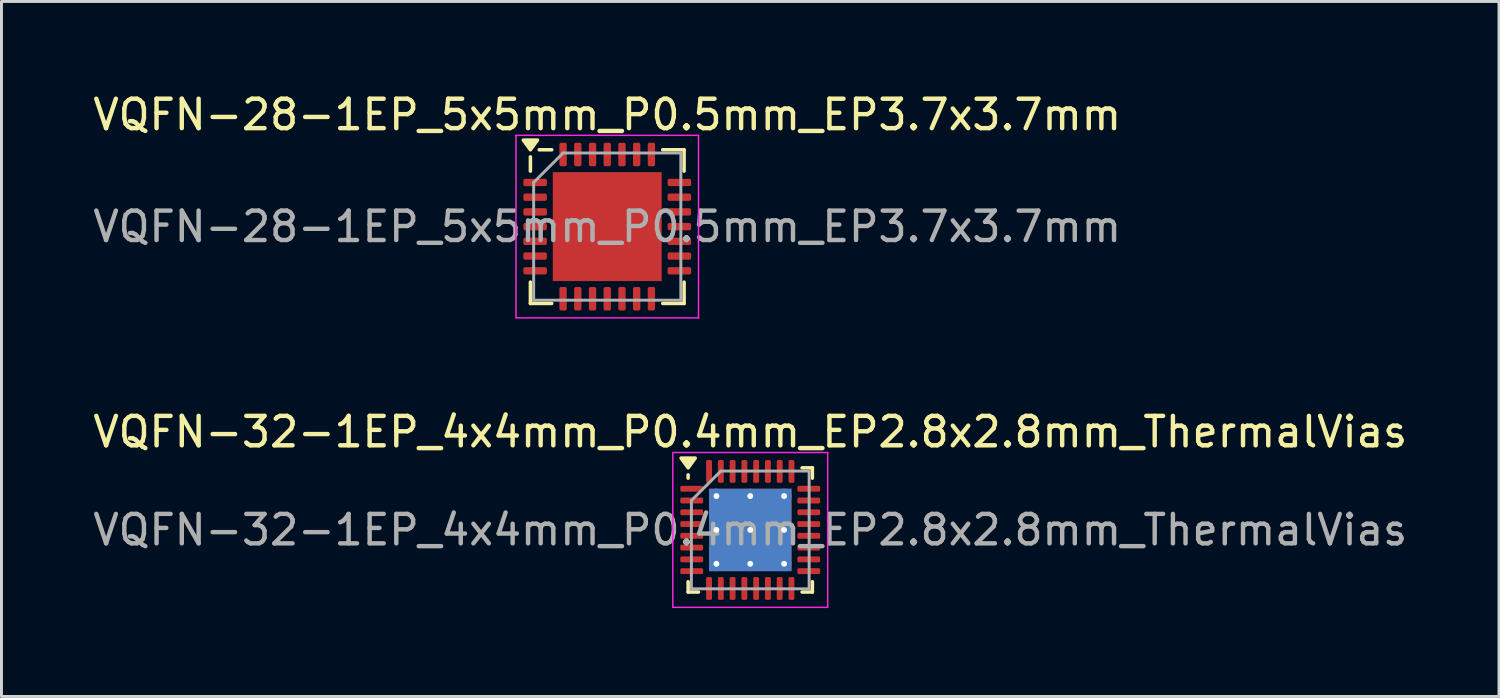
<source format=kicad_pcb>
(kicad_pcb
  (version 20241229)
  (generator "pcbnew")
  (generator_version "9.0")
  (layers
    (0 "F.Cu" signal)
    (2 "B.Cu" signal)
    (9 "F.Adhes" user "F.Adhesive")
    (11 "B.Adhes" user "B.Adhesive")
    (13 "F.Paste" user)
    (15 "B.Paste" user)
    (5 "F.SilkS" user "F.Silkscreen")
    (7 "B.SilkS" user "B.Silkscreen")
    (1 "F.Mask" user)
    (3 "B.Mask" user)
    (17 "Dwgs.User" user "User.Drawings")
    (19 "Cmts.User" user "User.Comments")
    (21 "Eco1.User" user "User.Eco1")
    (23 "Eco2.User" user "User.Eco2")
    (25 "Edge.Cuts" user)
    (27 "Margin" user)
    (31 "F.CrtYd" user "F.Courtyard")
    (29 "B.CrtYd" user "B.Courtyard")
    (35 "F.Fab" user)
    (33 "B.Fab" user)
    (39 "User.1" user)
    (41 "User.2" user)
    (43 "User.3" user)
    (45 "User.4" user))
  (footprint "VQFN-32-1EP_4x4mm_P0.4mm_EP2.8x2.8mm_ThermalVias"
    (layer "F.Cu")
    (at 22.435 14.951)
    (property "Reference" "VQFN-32-1EP_4x4mm_P0.4mm_EP2.8x2.8mm_ThermalVias" (at 0 -3.33 0) (layer "F.SilkS") (effects (font (size 1 1) (thickness 0.15))))
    (attr smd)
    (fp_line (start -2.11 -1.76) (end -2.11 -1.87) (stroke (width 0.12) (type solid)) (layer "F.SilkS"))
    (fp_line (start -2.11 2.11) (end -2.11 1.76) (stroke (width 0.12) (type solid)) (layer "F.SilkS"))
    (fp_line (start -1.76 2.11) (end -2.11 2.11) (stroke (width 0.12) (type solid)) (layer "F.SilkS"))
    (fp_line (start 1.76 -2.11) (end 2.11 -2.11) (stroke (width 0.12) (type solid)) (layer "F.SilkS"))
    (fp_line (start 1.76 2.11) (end 2.11 2.11) (stroke (width 0.12) (type solid)) (layer "F.SilkS"))
    (fp_line (start 2.11 -2.11) (end 2.11 -1.76) (stroke (width 0.12) (type solid)) (layer "F.SilkS"))
    (fp_line (start 2.11 2.11) (end 2.11 1.76) (stroke (width 0.12) (type solid)) (layer "F.SilkS"))
    (fp_poly (pts (xy -2.11 -2.11) (xy -2.35 -2.44) (xy -1.87 -2.44) (xy -2.11 -2.11)) (stroke (width 0.12) (type solid)) (fill yes) (layer "F.SilkS"))
    (fp_line (start -2.63 -2.63) (end -2.63 2.63) (stroke (width 0.05) (type solid)) (layer "F.CrtYd"))
    (fp_line (start -2.63 2.63) (end 2.63 2.63) (stroke (width 0.05) (type solid)) (layer "F.CrtYd"))
    (fp_line (start 2.63 -2.63) (end -2.63 -2.63) (stroke (width 0.05) (type solid)) (layer "F.CrtYd"))
    (fp_line (start 2.63 2.63) (end 2.63 -2.63) (stroke (width 0.05) (type solid)) (layer "F.CrtYd"))
    (fp_line (start -2 -1) (end -1 -2) (stroke (width 0.1) (type solid)) (layer "F.Fab"))
    (fp_line (start -2 2) (end -2 -1) (stroke (width 0.1) (type solid)) (layer "F.Fab"))
    (fp_line (start -1 -2) (end 2 -2) (stroke (width 0.1) (type solid)) (layer "F.Fab"))
    (fp_line (start 2 -2) (end 2 2) (stroke (width 0.1) (type solid)) (layer "F.Fab"))
    (fp_line (start 2 2) (end -2 2) (stroke (width 0.1) (type solid)) (layer "F.Fab"))
    (fp_text user "${REFERENCE}" (at 0 0 0) (layer "F.Fab") (effects (font (size 1 1) (thickness 0.15))))
    (pad "" smd roundrect (at -0.7 -0.7) (size 1.17 1.17) (layers "F.Paste") (roundrect_rratio 0.214))
    (pad "" smd roundrect (at -0.7 0.7) (size 1.17 1.17) (layers "F.Paste") (roundrect_rratio 0.214))
    (pad "" smd roundrect (at 0.7 -0.7) (size 1.17 1.17) (layers "F.Paste") (roundrect_rratio 0.214))
    (pad "" smd roundrect (at 0.7 0.7) (size 1.17 1.17) (layers "F.Paste") (roundrect_rratio 0.214))
    (pad "1" smd roundrect (at -1.988 -1.4) (size 0.775 0.2) (layers "F.Cu" "F.Mask" "F.Paste") (roundrect_rratio 0.25))
    (pad "2" smd roundrect (at -1.988 -1) (size 0.775 0.2) (layers "F.Cu" "F.Mask" "F.Paste") (roundrect_rratio 0.25))
    (pad "3" smd roundrect (at -1.988 -0.6) (size 0.775 0.2) (layers "F.Cu" "F.Mask" "F.Paste") (roundrect_rratio 0.25))
    (pad "4" smd roundrect (at -1.988 -0.2) (size 0.775 0.2) (layers "F.Cu" "F.Mask" "F.Paste") (roundrect_rratio 0.25))
    (pad "5" smd roundrect (at -1.988 0.2) (size 0.775 0.2) (layers "F.Cu" "F.Mask" "F.Paste") (roundrect_rratio 0.25))
    (pad "6" smd roundrect (at -1.988 0.6) (size 0.775 0.2) (layers "F.Cu" "F.Mask" "F.Paste") (roundrect_rratio 0.25))
    (pad "7" smd roundrect (at -1.988 1) (size 0.775 0.2) (layers "F.Cu" "F.Mask" "F.Paste") (roundrect_rratio 0.25))
    (pad "8" smd roundrect (at -1.988 1.4) (size 0.775 0.2) (layers "F.Cu" "F.Mask" "F.Paste") (roundrect_rratio 0.25))
    (pad "9" smd roundrect (at -1.4 1.988) (size 0.2 0.775) (layers "F.Cu" "F.Mask" "F.Paste") (roundrect_rratio 0.25))
    (pad "10" smd roundrect (at -1 1.988) (size 0.2 0.775) (layers "F.Cu" "F.Mask" "F.Paste") (roundrect_rratio 0.25))
    (pad "11" smd roundrect (at -0.6 1.988) (size 0.2 0.775) (layers "F.Cu" "F.Mask" "F.Paste") (roundrect_rratio 0.25))
    (pad "12" smd roundrect (at -0.2 1.988) (size 0.2 0.775) (layers "F.Cu" "F.Mask" "F.Paste") (roundrect_rratio 0.25))
    (pad "13" smd roundrect (at 0.2 1.988) (size 0.2 0.775) (layers "F.Cu" "F.Mask" "F.Paste") (roundrect_rratio 0.25))
    (pad "14" smd roundrect (at 0.6 1.988) (size 0.2 0.775) (layers "F.Cu" "F.Mask" "F.Paste") (roundrect_rratio 0.25))
    (pad "15" smd roundrect (at 1 1.988) (size 0.2 0.775) (layers "F.Cu" "F.Mask" "F.Paste") (roundrect_rratio 0.25))
    (pad "16" smd roundrect (at 1.4 1.988) (size 0.2 0.775) (layers "F.Cu" "F.Mask" "F.Paste") (roundrect_rratio 0.25))
    (pad "17" smd roundrect (at 1.988 1.4) (size 0.775 0.2) (layers "F.Cu" "F.Mask" "F.Paste") (roundrect_rratio 0.25))
    (pad "18" smd roundrect (at 1.988 1) (size 0.775 0.2) (layers "F.Cu" "F.Mask" "F.Paste") (roundrect_rratio 0.25))
    (pad "19" smd roundrect (at 1.988 0.6) (size 0.775 0.2) (layers "F.Cu" "F.Mask" "F.Paste") (roundrect_rratio 0.25))
    (pad "20" smd roundrect (at 1.988 0.2) (size 0.775 0.2) (layers "F.Cu" "F.Mask" "F.Paste") (roundrect_rratio 0.25))
    (pad "21" smd roundrect (at 1.988 -0.2) (size 0.775 0.2) (layers "F.Cu" "F.Mask" "F.Paste") (roundrect_rratio 0.25))
    (pad "22" smd roundrect (at 1.988 -0.6) (size 0.775 0.2) (layers "F.Cu" "F.Mask" "F.Paste") (roundrect_rratio 0.25))
    (pad "23" smd roundrect (at 1.988 -1) (size 0.775 0.2) (layers "F.Cu" "F.Mask" "F.Paste") (roundrect_rratio 0.25))
    (pad "24" smd roundrect (at 1.988 -1.4) (size 0.775 0.2) (layers "F.Cu" "F.Mask" "F.Paste") (roundrect_rratio 0.25))
    (pad "25" smd roundrect (at 1.4 -1.988) (size 0.2 0.775) (layers "F.Cu" "F.Mask" "F.Paste") (roundrect_rratio 0.25))
    (pad "26" smd roundrect (at 1 -1.988) (size 0.2 0.775) (layers "F.Cu" "F.Mask" "F.Paste") (roundrect_rratio 0.25))
    (pad "27" smd roundrect (at 0.6 -1.988) (size 0.2 0.775) (layers "F.Cu" "F.Mask" "F.Paste") (roundrect_rratio 0.25))
    (pad "28" smd roundrect (at 0.2 -1.988) (size 0.2 0.775) (layers "F.Cu" "F.Mask" "F.Paste") (roundrect_rratio 0.25))
    (pad "29" smd roundrect (at -0.2 -1.988) (size 0.2 0.775) (layers "F.Cu" "F.Mask" "F.Paste") (roundrect_rratio 0.25))
    (pad "30" smd roundrect (at -0.6 -1.988) (size 0.2 0.775) (layers "F.Cu" "F.Mask" "F.Paste") (roundrect_rratio 0.25))
    (pad "31" smd roundrect (at -1 -1.988) (size 0.2 0.775) (layers "F.Cu" "F.Mask" "F.Paste") (roundrect_rratio 0.25))
    (pad "32" smd roundrect (at -1.4 -1.988) (size 0.2 0.775) (layers "F.Cu" "F.Mask" "F.Paste") (roundrect_rratio 0.25))
    (pad "33" thru_hole circle (at -1.15 -1.15) (size 0.5 0.5) (drill 0.2) (property pad_prop_heatsink) (layers "*.Cu"))
    (pad "33" thru_hole circle (at -1.15 0) (size 0.5 0.5) (drill 0.2) (property pad_prop_heatsink) (layers "*.Cu"))
    (pad "33" thru_hole circle (at -1.15 1.15) (size 0.5 0.5) (drill 0.2) (property pad_prop_heatsink) (layers "*.Cu"))
    (pad "33" thru_hole circle (at 0 -1.15) (size 0.5 0.5) (drill 0.2) (property pad_prop_heatsink) (layers "*.Cu"))
    (pad "33" thru_hole circle (at 0 0) (size 0.5 0.5) (drill 0.2) (property pad_prop_heatsink) (layers "*.Cu"))
    (pad "33" smd rect (at 0 0) (size 2.8 2.8) (property pad_prop_heatsink) (layers "F.Cu" "F.Mask"))
    (pad "33" smd rect (at 0 0) (size 2.8 2.8) (property pad_prop_heatsink) (layers "B.Cu"))
    (pad "33" thru_hole circle (at 0 1.15) (size 0.5 0.5) (drill 0.2) (property pad_prop_heatsink) (layers "*.Cu"))
    (pad "33" thru_hole circle (at 1.15 -1.15) (size 0.5 0.5) (drill 0.2) (property pad_prop_heatsink) (layers "*.Cu"))
    (pad "33" thru_hole circle (at 1.15 0) (size 0.5 0.5) (drill 0.2) (property pad_prop_heatsink) (layers "*.Cu"))
    (pad "33" thru_hole circle (at 1.15 1.15) (size 0.5 0.5) (drill 0.2) (property pad_prop_heatsink) (layers "*.Cu")))
  (footprint "VQFN-28-1EP_5x5mm_P0.5mm_EP3.7x3.7mm"
    (layer "F.Cu")
    (at 17.577 4.648)
    (property "Reference" "VQFN-28-1EP_5x5mm_P0.5mm_EP3.7x3.7mm" (at 0 -3.8 0) (layer "F.SilkS") (effects (font (size 1 1) (thickness 0.15))))
    (attr smd)
    (fp_line (start -2.61 -1.885) (end -2.61 -2.37) (stroke (width 0.12) (type solid)) (layer "F.SilkS"))
    (fp_line (start -2.61 2.61) (end -2.61 1.885) (stroke (width 0.12) (type solid)) (layer "F.SilkS"))
    (fp_line (start -1.885 -2.61) (end -2.31 -2.61) (stroke (width 0.12) (type solid)) (layer "F.SilkS"))
    (fp_line (start -1.885 2.61) (end -2.61 2.61) (stroke (width 0.12) (type solid)) (layer "F.SilkS"))
    (fp_line (start 1.885 -2.61) (end 2.61 -2.61) (stroke (width 0.12) (type solid)) (layer "F.SilkS"))
    (fp_line (start 1.885 2.61) (end 2.61 2.61) (stroke (width 0.12) (type solid)) (layer "F.SilkS"))
    (fp_line (start 2.61 -2.61) (end 2.61 -1.885) (stroke (width 0.12) (type solid)) (layer "F.SilkS"))
    (fp_line (start 2.61 2.61) (end 2.61 1.885) (stroke (width 0.12) (type solid)) (layer "F.SilkS"))
    (fp_poly (pts (xy -2.61 -2.61) (xy -2.85 -2.94) (xy -2.37 -2.94) (xy -2.61 -2.61)) (stroke (width 0.12) (type solid)) (fill yes) (layer "F.SilkS"))
    (fp_line (start -3.1 -3.1) (end -3.1 3.1) (stroke (width 0.05) (type solid)) (layer "F.CrtYd"))
    (fp_line (start -3.1 3.1) (end 3.1 3.1) (stroke (width 0.05) (type solid)) (layer "F.CrtYd"))
    (fp_line (start 3.1 -3.1) (end -3.1 -3.1) (stroke (width 0.05) (type solid)) (layer "F.CrtYd"))
    (fp_line (start 3.1 3.1) (end 3.1 -3.1) (stroke (width 0.05) (type solid)) (layer "F.CrtYd"))
    (fp_line (start -2.5 -1.5) (end -1.5 -2.5) (stroke (width 0.1) (type solid)) (layer "F.Fab"))
    (fp_line (start -2.5 2.5) (end -2.5 -1.5) (stroke (width 0.1) (type solid)) (layer "F.Fab"))
    (fp_line (start -1.5 -2.5) (end 2.5 -2.5) (stroke (width 0.1) (type solid)) (layer "F.Fab"))
    (fp_line (start 2.5 -2.5) (end 2.5 2.5) (stroke (width 0.1) (type solid)) (layer "F.Fab"))
    (fp_line (start 2.5 2.5) (end -2.5 2.5) (stroke (width 0.1) (type solid)) (layer "F.Fab"))
    (fp_text user "${REFERENCE}" (at 0 0 0) (layer "F.Fab") (effects (font (size 1 1) (thickness 0.15))))
    (pad "" smd roundrect (at -0.925 -0.925) (size 1.49 1.49) (layers "F.Paste") (roundrect_rratio 0.168))
    (pad "" smd roundrect (at -0.925 0.925) (size 1.49 1.49) (layers "F.Paste") (roundrect_rratio 0.168))
    (pad "" smd roundrect (at 0.925 -0.925) (size 1.49 1.49) (layers "F.Paste") (roundrect_rratio 0.168))
    (pad "" smd roundrect (at 0.925 0.925) (size 1.49 1.49) (layers "F.Paste") (roundrect_rratio 0.168))
    (pad "1" smd roundrect (at -2.45 -1.5) (size 0.8 0.25) (layers "F.Cu" "F.Mask" "F.Paste") (roundrect_rratio 0.25))
    (pad "2" smd roundrect (at -2.45 -1) (size 0.8 0.25) (layers "F.Cu" "F.Mask" "F.Paste") (roundrect_rratio 0.25))
    (pad "3" smd roundrect (at -2.45 -0.5) (size 0.8 0.25) (layers "F.Cu" "F.Mask" "F.Paste") (roundrect_rratio 0.25))
    (pad "4" smd roundrect (at -2.45 0) (size 0.8 0.25) (layers "F.Cu" "F.Mask" "F.Paste") (roundrect_rratio 0.25))
    (pad "5" smd roundrect (at -2.45 0.5) (size 0.8 0.25) (layers "F.Cu" "F.Mask" "F.Paste") (roundrect_rratio 0.25))
    (pad "6" smd roundrect (at -2.45 1) (size 0.8 0.25) (layers "F.Cu" "F.Mask" "F.Paste") (roundrect_rratio 0.25))
    (pad "7" smd roundrect (at -2.45 1.5) (size 0.8 0.25) (layers "F.Cu" "F.Mask" "F.Paste") (roundrect_rratio 0.25))
    (pad "8" smd roundrect (at -1.5 2.45) (size 0.25 0.8) (layers "F.Cu" "F.Mask" "F.Paste") (roundrect_rratio 0.25))
    (pad "9" smd roundrect (at -1 2.45) (size 0.25 0.8) (layers "F.Cu" "F.Mask" "F.Paste") (roundrect_rratio 0.25))
    (pad "10" smd roundrect (at -0.5 2.45) (size 0.25 0.8) (layers "F.Cu" "F.Mask" "F.Paste") (roundrect_rratio 0.25))
    (pad "11" smd roundrect (at 0 2.45) (size 0.25 0.8) (layers "F.Cu" "F.Mask" "F.Paste") (roundrect_rratio 0.25))
    (pad "12" smd roundrect (at 0.5 2.45) (size 0.25 0.8) (layers "F.Cu" "F.Mask" "F.Paste") (roundrect_rratio 0.25))
    (pad "13" smd roundrect (at 1 2.45) (size 0.25 0.8) (layers "F.Cu" "F.Mask" "F.Paste") (roundrect_rratio 0.25))
    (pad "14" smd roundrect (at 1.5 2.45) (size 0.25 0.8) (layers "F.Cu" "F.Mask" "F.Paste") (roundrect_rratio 0.25))
    (pad "15" smd roundrect (at 2.45 1.5) (size 0.8 0.25) (layers "F.Cu" "F.Mask" "F.Paste") (roundrect_rratio 0.25))
    (pad "16" smd roundrect (at 2.45 1) (size 0.8 0.25) (layers "F.Cu" "F.Mask" "F.Paste") (roundrect_rratio 0.25))
    (pad "17" smd roundrect (at 2.45 0.5) (size 0.8 0.25) (layers "F.Cu" "F.Mask" "F.Paste") (roundrect_rratio 0.25))
    (pad "18" smd roundrect (at 2.45 0) (size 0.8 0.25) (layers "F.Cu" "F.Mask" "F.Paste") (roundrect_rratio 0.25))
    (pad "19" smd roundrect (at 2.45 -0.5) (size 0.8 0.25) (layers "F.Cu" "F.Mask" "F.Paste") (roundrect_rratio 0.25))
    (pad "20" smd roundrect (at 2.45 -1) (size 0.8 0.25) (layers "F.Cu" "F.Mask" "F.Paste") (roundrect_rratio 0.25))
    (pad "21" smd roundrect (at 2.45 -1.5) (size 0.8 0.25) (layers "F.Cu" "F.Mask" "F.Paste") (roundrect_rratio 0.25))
    (pad "22" smd roundrect (at 1.5 -2.45) (size 0.25 0.8) (layers "F.Cu" "F.Mask" "F.Paste") (roundrect_rratio 0.25))
    (pad "23" smd roundrect (at 1 -2.45) (size 0.25 0.8) (layers "F.Cu" "F.Mask" "F.Paste") (roundrect_rratio 0.25))
    (pad "24" smd roundrect (at 0.5 -2.45) (size 0.25 0.8) (layers "F.Cu" "F.Mask" "F.Paste") (roundrect_rratio 0.25))
    (pad "25" smd roundrect (at 0 -2.45) (size 0.25 0.8) (layers "F.Cu" "F.Mask" "F.Paste") (roundrect_rratio 0.25))
    (pad "26" smd roundrect (at -0.5 -2.45) (size 0.25 0.8) (layers "F.Cu" "F.Mask" "F.Paste") (roundrect_rratio 0.25))
    (pad "27" smd roundrect (at -1 -2.45) (size 0.25 0.8) (layers "F.Cu" "F.Mask" "F.Paste") (roundrect_rratio 0.25))
    (pad "28" smd roundrect (at -1.5 -2.45) (size 0.25 0.8) (layers "F.Cu" "F.Mask" "F.Paste") (roundrect_rratio 0.25))
    (pad "29" smd rect (at 0 0) (size 3.7 3.7) (property pad_prop_heatsink) (layers "F.Cu" "F.Mask")))
  (gr_rect
    (start -3 -3)
    (end 47.869 20.607)
    (stroke (width 0.1) (type default))
    (fill no)
    (layer "Edge.Cuts")))
</source>
